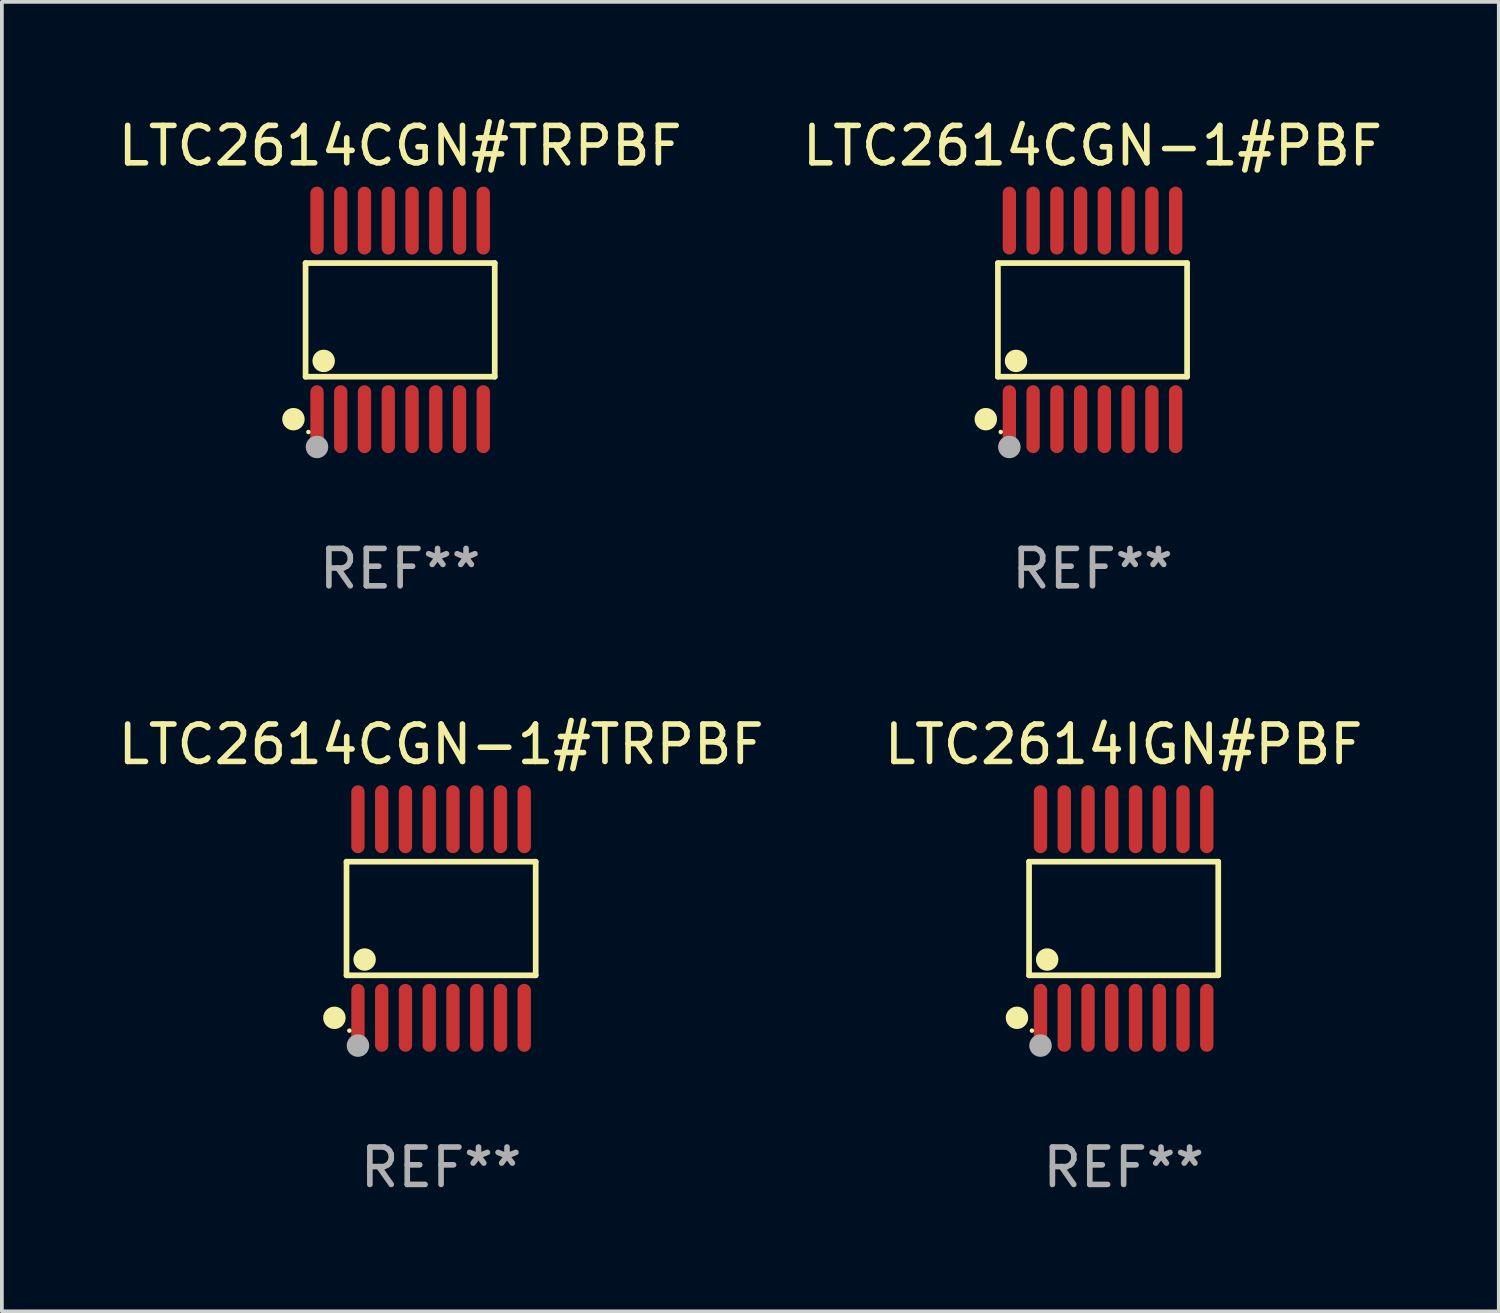
<source format=kicad_pcb>
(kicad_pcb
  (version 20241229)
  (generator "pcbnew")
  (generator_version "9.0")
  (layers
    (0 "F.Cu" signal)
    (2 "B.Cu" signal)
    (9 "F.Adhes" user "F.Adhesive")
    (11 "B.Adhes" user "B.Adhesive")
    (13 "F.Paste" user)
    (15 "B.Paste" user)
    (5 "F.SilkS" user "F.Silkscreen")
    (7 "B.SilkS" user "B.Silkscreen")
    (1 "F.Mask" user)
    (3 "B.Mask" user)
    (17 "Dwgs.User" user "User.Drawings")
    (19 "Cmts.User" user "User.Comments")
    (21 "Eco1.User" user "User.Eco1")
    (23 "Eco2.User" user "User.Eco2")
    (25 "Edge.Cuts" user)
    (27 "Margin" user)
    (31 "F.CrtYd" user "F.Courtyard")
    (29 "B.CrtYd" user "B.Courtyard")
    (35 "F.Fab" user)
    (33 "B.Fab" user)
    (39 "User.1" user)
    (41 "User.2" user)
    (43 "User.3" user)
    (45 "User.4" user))
  (footprint "LTC2614CGN#TRPBF"
    (layer "F.Cu")
    (at 7.649 5.503)
    (property "Reference" "LTC2614CGN#TRPBF" (at 0 -4.655 0) (layer "F.SilkS") (effects (font (size 1 1) (thickness 0.15))))
    (attr through_hole)
    (fp_line (start -2.529 -1.519) (end 2.529 -1.519) (stroke (width 0.152) (type solid)) (layer "F.SilkS"))
    (fp_line (start -2.529 1.519) (end -2.529 -1.519) (stroke (width 0.152) (type solid)) (layer "F.SilkS"))
    (fp_line (start 2.529 -1.519) (end 2.529 1.519) (stroke (width 0.152) (type solid)) (layer "F.SilkS"))
    (fp_line (start 2.529 1.519) (end -2.529 1.519) (stroke (width 0.152) (type solid)) (layer "F.SilkS"))
    (fp_circle (center -2.853 2.655) (end -2.703 2.655) (stroke (width 0.3) (type solid)) (fill no) (layer "F.SilkS"))
    (fp_circle (center -2.453 2.998) (end -2.423 2.998) (stroke (width 0.06) (type solid)) (fill no) (layer "F.SilkS"))
    (fp_circle (center -2.045 1.097) (end -1.895 1.097) (stroke (width 0.3) (type solid)) (fill no) (layer "F.SilkS"))
    (fp_circle (center -2.223 3.398) (end -2.072 3.398) (stroke (width 0.3) (type solid)) (fill no) (layer "F.Fab"))
    (fp_text user "REF**" (at 0 6.655 0) (layer "F.Fab") (effects (font (size 1 1) (thickness 0.15))))
    (pad "1" smd oval (at -2.223 2.655) (size 0.356 1.815) (layers "F.Cu" "F.Mask" "F.Paste"))
    (pad "2" smd oval (at -1.588 2.655) (size 0.356 1.815) (layers "F.Cu" "F.Mask" "F.Paste"))
    (pad "3" smd oval (at -0.953 2.655) (size 0.356 1.815) (layers "F.Cu" "F.Mask" "F.Paste"))
    (pad "4" smd oval (at -0.318 2.655) (size 0.356 1.815) (layers "F.Cu" "F.Mask" "F.Paste"))
    (pad "5" smd oval (at 0.318 2.655) (size 0.356 1.815) (layers "F.Cu" "F.Mask" "F.Paste"))
    (pad "6" smd oval (at 0.953 2.655) (size 0.356 1.815) (layers "F.Cu" "F.Mask" "F.Paste"))
    (pad "7" smd oval (at 1.588 2.655) (size 0.356 1.815) (layers "F.Cu" "F.Mask" "F.Paste"))
    (pad "8" smd oval (at 2.223 2.655) (size 0.356 1.815) (layers "F.Cu" "F.Mask" "F.Paste"))
    (pad "9" smd oval (at 2.223 -2.655) (size 0.356 1.815) (layers "F.Cu" "F.Mask" "F.Paste"))
    (pad "10" smd oval (at 1.588 -2.655) (size 0.356 1.815) (layers "F.Cu" "F.Mask" "F.Paste"))
    (pad "11" smd oval (at 0.953 -2.655) (size 0.356 1.815) (layers "F.Cu" "F.Mask" "F.Paste"))
    (pad "12" smd oval (at 0.318 -2.655) (size 0.356 1.815) (layers "F.Cu" "F.Mask" "F.Paste"))
    (pad "13" smd oval (at -0.318 -2.655) (size 0.356 1.815) (layers "F.Cu" "F.Mask" "F.Paste"))
    (pad "14" smd oval (at -0.953 -2.655) (size 0.356 1.815) (layers "F.Cu" "F.Mask" "F.Paste"))
    (pad "15" smd oval (at -1.588 -2.655) (size 0.356 1.815) (layers "F.Cu" "F.Mask" "F.Paste"))
    (pad "16" smd oval (at -2.223 -2.655) (size 0.356 1.815) (layers "F.Cu" "F.Mask" "F.Paste")))
  (footprint "LTC2614IGN#PBF"
    (layer "F.Cu")
    (at 26.994 21.509)
    (property "Reference" "LTC2614IGN#PBF" (at 0 -4.655 0) (layer "F.SilkS") (effects (font (size 1 1) (thickness 0.15))))
    (attr through_hole)
    (fp_line (start -2.529 -1.519) (end 2.529 -1.519) (stroke (width 0.152) (type solid)) (layer "F.SilkS"))
    (fp_line (start -2.529 1.519) (end -2.529 -1.519) (stroke (width 0.152) (type solid)) (layer "F.SilkS"))
    (fp_line (start 2.529 -1.519) (end 2.529 1.519) (stroke (width 0.152) (type solid)) (layer "F.SilkS"))
    (fp_line (start 2.529 1.519) (end -2.529 1.519) (stroke (width 0.152) (type solid)) (layer "F.SilkS"))
    (fp_circle (center -2.853 2.655) (end -2.703 2.655) (stroke (width 0.3) (type solid)) (fill no) (layer "F.SilkS"))
    (fp_circle (center -2.453 2.998) (end -2.423 2.998) (stroke (width 0.06) (type solid)) (fill no) (layer "F.SilkS"))
    (fp_circle (center -2.045 1.097) (end -1.895 1.097) (stroke (width 0.3) (type solid)) (fill no) (layer "F.SilkS"))
    (fp_circle (center -2.223 3.398) (end -2.072 3.398) (stroke (width 0.3) (type solid)) (fill no) (layer "F.Fab"))
    (fp_text user "REF**" (at 0 6.655 0) (layer "F.Fab") (effects (font (size 1 1) (thickness 0.15))))
    (pad "1" smd oval (at -2.223 2.655) (size 0.356 1.815) (layers "F.Cu" "F.Mask" "F.Paste"))
    (pad "2" smd oval (at -1.588 2.655) (size 0.356 1.815) (layers "F.Cu" "F.Mask" "F.Paste"))
    (pad "3" smd oval (at -0.953 2.655) (size 0.356 1.815) (layers "F.Cu" "F.Mask" "F.Paste"))
    (pad "4" smd oval (at -0.318 2.655) (size 0.356 1.815) (layers "F.Cu" "F.Mask" "F.Paste"))
    (pad "5" smd oval (at 0.318 2.655) (size 0.356 1.815) (layers "F.Cu" "F.Mask" "F.Paste"))
    (pad "6" smd oval (at 0.953 2.655) (size 0.356 1.815) (layers "F.Cu" "F.Mask" "F.Paste"))
    (pad "7" smd oval (at 1.588 2.655) (size 0.356 1.815) (layers "F.Cu" "F.Mask" "F.Paste"))
    (pad "8" smd oval (at 2.223 2.655) (size 0.356 1.815) (layers "F.Cu" "F.Mask" "F.Paste"))
    (pad "9" smd oval (at 2.223 -2.655) (size 0.356 1.815) (layers "F.Cu" "F.Mask" "F.Paste"))
    (pad "10" smd oval (at 1.588 -2.655) (size 0.356 1.815) (layers "F.Cu" "F.Mask" "F.Paste"))
    (pad "11" smd oval (at 0.953 -2.655) (size 0.356 1.815) (layers "F.Cu" "F.Mask" "F.Paste"))
    (pad "12" smd oval (at 0.318 -2.655) (size 0.356 1.815) (layers "F.Cu" "F.Mask" "F.Paste"))
    (pad "13" smd oval (at -0.318 -2.655) (size 0.356 1.815) (layers "F.Cu" "F.Mask" "F.Paste"))
    (pad "14" smd oval (at -0.953 -2.655) (size 0.356 1.815) (layers "F.Cu" "F.Mask" "F.Paste"))
    (pad "15" smd oval (at -1.588 -2.655) (size 0.356 1.815) (layers "F.Cu" "F.Mask" "F.Paste"))
    (pad "16" smd oval (at -2.223 -2.655) (size 0.356 1.815) (layers "F.Cu" "F.Mask" "F.Paste")))
  (footprint "LTC2614CGN-1#TRPBF"
    (layer "F.Cu")
    (at 8.744 21.509)
    (property "Reference" "LTC2614CGN-1#TRPBF" (at 0 -4.655 0) (layer "F.SilkS") (effects (font (size 1 1) (thickness 0.15))))
    (attr through_hole)
    (fp_line (start -2.529 -1.519) (end 2.529 -1.519) (stroke (width 0.152) (type solid)) (layer "F.SilkS"))
    (fp_line (start -2.529 1.519) (end -2.529 -1.519) (stroke (width 0.152) (type solid)) (layer "F.SilkS"))
    (fp_line (start 2.529 -1.519) (end 2.529 1.519) (stroke (width 0.152) (type solid)) (layer "F.SilkS"))
    (fp_line (start 2.529 1.519) (end -2.529 1.519) (stroke (width 0.152) (type solid)) (layer "F.SilkS"))
    (fp_circle (center -2.853 2.655) (end -2.703 2.655) (stroke (width 0.3) (type solid)) (fill no) (layer "F.SilkS"))
    (fp_circle (center -2.453 2.998) (end -2.423 2.998) (stroke (width 0.06) (type solid)) (fill no) (layer "F.SilkS"))
    (fp_circle (center -2.045 1.097) (end -1.895 1.097) (stroke (width 0.3) (type solid)) (fill no) (layer "F.SilkS"))
    (fp_circle (center -2.223 3.398) (end -2.072 3.398) (stroke (width 0.3) (type solid)) (fill no) (layer "F.Fab"))
    (fp_text user "REF**" (at 0 6.655 0) (layer "F.Fab") (effects (font (size 1 1) (thickness 0.15))))
    (pad "1" smd oval (at -2.223 2.655) (size 0.356 1.815) (layers "F.Cu" "F.Mask" "F.Paste"))
    (pad "2" smd oval (at -1.588 2.655) (size 0.356 1.815) (layers "F.Cu" "F.Mask" "F.Paste"))
    (pad "3" smd oval (at -0.953 2.655) (size 0.356 1.815) (layers "F.Cu" "F.Mask" "F.Paste"))
    (pad "4" smd oval (at -0.318 2.655) (size 0.356 1.815) (layers "F.Cu" "F.Mask" "F.Paste"))
    (pad "5" smd oval (at 0.318 2.655) (size 0.356 1.815) (layers "F.Cu" "F.Mask" "F.Paste"))
    (pad "6" smd oval (at 0.953 2.655) (size 0.356 1.815) (layers "F.Cu" "F.Mask" "F.Paste"))
    (pad "7" smd oval (at 1.588 2.655) (size 0.356 1.815) (layers "F.Cu" "F.Mask" "F.Paste"))
    (pad "8" smd oval (at 2.223 2.655) (size 0.356 1.815) (layers "F.Cu" "F.Mask" "F.Paste"))
    (pad "9" smd oval (at 2.223 -2.655) (size 0.356 1.815) (layers "F.Cu" "F.Mask" "F.Paste"))
    (pad "10" smd oval (at 1.588 -2.655) (size 0.356 1.815) (layers "F.Cu" "F.Mask" "F.Paste"))
    (pad "11" smd oval (at 0.953 -2.655) (size 0.356 1.815) (layers "F.Cu" "F.Mask" "F.Paste"))
    (pad "12" smd oval (at 0.318 -2.655) (size 0.356 1.815) (layers "F.Cu" "F.Mask" "F.Paste"))
    (pad "13" smd oval (at -0.318 -2.655) (size 0.356 1.815) (layers "F.Cu" "F.Mask" "F.Paste"))
    (pad "14" smd oval (at -0.953 -2.655) (size 0.356 1.815) (layers "F.Cu" "F.Mask" "F.Paste"))
    (pad "15" smd oval (at -1.588 -2.655) (size 0.356 1.815) (layers "F.Cu" "F.Mask" "F.Paste"))
    (pad "16" smd oval (at -2.223 -2.655) (size 0.356 1.815) (layers "F.Cu" "F.Mask" "F.Paste")))
  (footprint "LTC2614CGN-1#PBF"
    (layer "F.Cu")
    (at 26.161 5.503)
    (property "Reference" "LTC2614CGN-1#PBF" (at 0 -4.655 0) (layer "F.SilkS") (effects (font (size 1 1) (thickness 0.15))))
    (attr through_hole)
    (fp_line (start -2.529 -1.519) (end 2.529 -1.519) (stroke (width 0.152) (type solid)) (layer "F.SilkS"))
    (fp_line (start -2.529 1.519) (end -2.529 -1.519) (stroke (width 0.152) (type solid)) (layer "F.SilkS"))
    (fp_line (start 2.529 -1.519) (end 2.529 1.519) (stroke (width 0.152) (type solid)) (layer "F.SilkS"))
    (fp_line (start 2.529 1.519) (end -2.529 1.519) (stroke (width 0.152) (type solid)) (layer "F.SilkS"))
    (fp_circle (center -2.853 2.655) (end -2.703 2.655) (stroke (width 0.3) (type solid)) (fill no) (layer "F.SilkS"))
    (fp_circle (center -2.453 2.998) (end -2.423 2.998) (stroke (width 0.06) (type solid)) (fill no) (layer "F.SilkS"))
    (fp_circle (center -2.045 1.097) (end -1.895 1.097) (stroke (width 0.3) (type solid)) (fill no) (layer "F.SilkS"))
    (fp_circle (center -2.223 3.398) (end -2.072 3.398) (stroke (width 0.3) (type solid)) (fill no) (layer "F.Fab"))
    (fp_text user "REF**" (at 0 6.655 0) (layer "F.Fab") (effects (font (size 1 1) (thickness 0.15))))
    (pad "1" smd oval (at -2.223 2.655) (size 0.356 1.815) (layers "F.Cu" "F.Mask" "F.Paste"))
    (pad "2" smd oval (at -1.588 2.655) (size 0.356 1.815) (layers "F.Cu" "F.Mask" "F.Paste"))
    (pad "3" smd oval (at -0.953 2.655) (size 0.356 1.815) (layers "F.Cu" "F.Mask" "F.Paste"))
    (pad "4" smd oval (at -0.318 2.655) (size 0.356 1.815) (layers "F.Cu" "F.Mask" "F.Paste"))
    (pad "5" smd oval (at 0.318 2.655) (size 0.356 1.815) (layers "F.Cu" "F.Mask" "F.Paste"))
    (pad "6" smd oval (at 0.953 2.655) (size 0.356 1.815) (layers "F.Cu" "F.Mask" "F.Paste"))
    (pad "7" smd oval (at 1.588 2.655) (size 0.356 1.815) (layers "F.Cu" "F.Mask" "F.Paste"))
    (pad "8" smd oval (at 2.223 2.655) (size 0.356 1.815) (layers "F.Cu" "F.Mask" "F.Paste"))
    (pad "9" smd oval (at 2.223 -2.655) (size 0.356 1.815) (layers "F.Cu" "F.Mask" "F.Paste"))
    (pad "10" smd oval (at 1.588 -2.655) (size 0.356 1.815) (layers "F.Cu" "F.Mask" "F.Paste"))
    (pad "11" smd oval (at 0.953 -2.655) (size 0.356 1.815) (layers "F.Cu" "F.Mask" "F.Paste"))
    (pad "12" smd oval (at 0.318 -2.655) (size 0.356 1.815) (layers "F.Cu" "F.Mask" "F.Paste"))
    (pad "13" smd oval (at -0.318 -2.655) (size 0.356 1.815) (layers "F.Cu" "F.Mask" "F.Paste"))
    (pad "14" smd oval (at -0.953 -2.655) (size 0.356 1.815) (layers "F.Cu" "F.Mask" "F.Paste"))
    (pad "15" smd oval (at -1.588 -2.655) (size 0.356 1.815) (layers "F.Cu" "F.Mask" "F.Paste"))
    (pad "16" smd oval (at -2.223 -2.655) (size 0.356 1.815) (layers "F.Cu" "F.Mask" "F.Paste")))
  (gr_rect
    (start -3 -3)
    (end 37.024 32.012)
    (stroke (width 0.1) (type default))
    (fill no)
    (layer "Edge.Cuts")))
</source>
